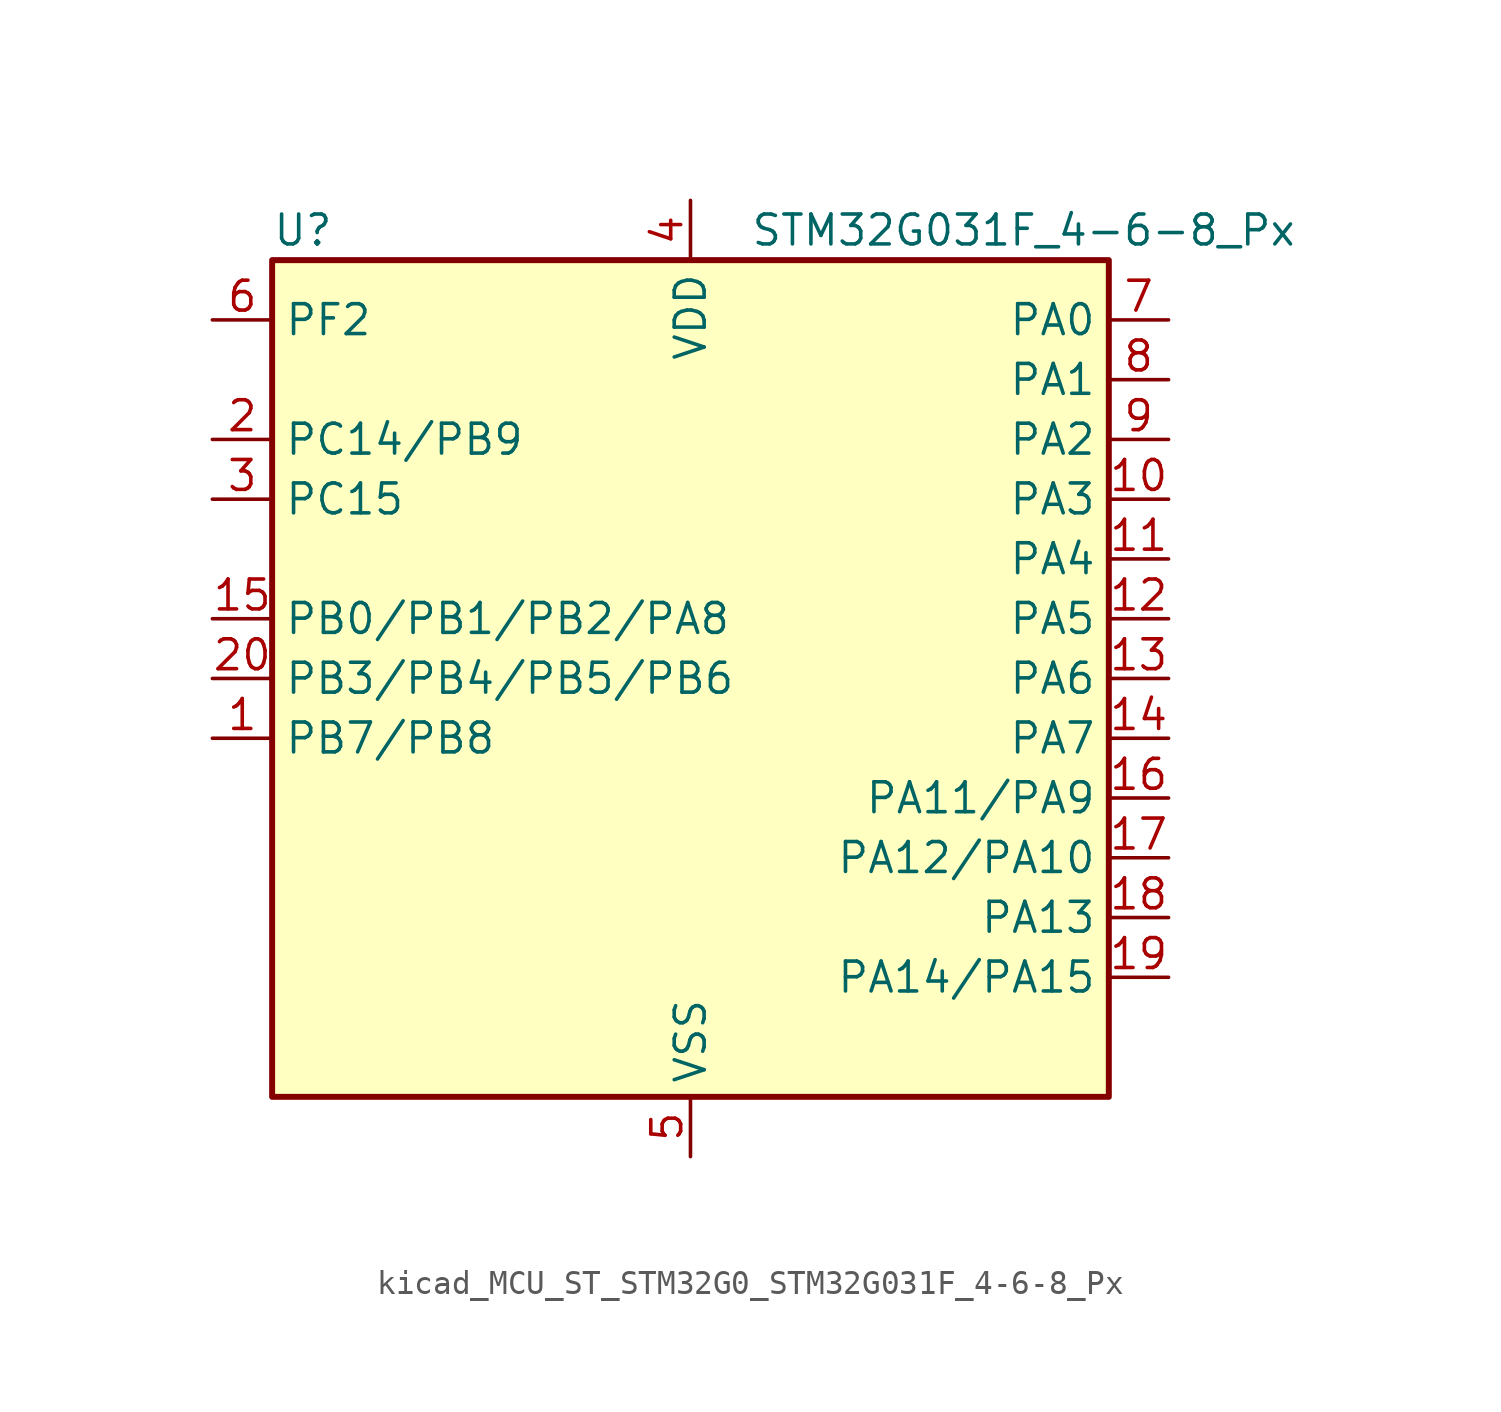
<source format=kicad_sym>
(kicad_symbol_lib
  (version 20220914)
  (generator kicad_symbol_editor)
  (symbol "kicad_MCU_ST_STM32G0_STM32G031F_4-6-8_Px"
    (property "Reference" "U"
      (at -17.78 19.05 0)
      (effects (font (size 1.27 1.27)) (justify left)))
    (property "Value" "STM32G031F_4-6-8_Px"
      (at 2.54 19.05 0)
      (effects (font (size 1.27 1.27)) (justify left)))
    (property "ki_locked" ""
      (at 0 0 0)
      (effects (font (size 1.27 1.27))))
    (symbol "kicad_MCU_ST_STM32G0_STM32G031F_4-6-8_Px_0_1"
      (rectangle (start -17.78 -17.78) (end 17.78 17.78) (stroke (width 0.254) (type default)) (fill (type background))))
    (symbol "kicad_MCU_ST_STM32G0_STM32G031F_4-6-8_Px_1_1"
      (pin bidirectional line (at -20.32 -2.54 0) (length 2.54) (name "PB7/PB8" (effects (font (size 1.27 1.27)))) (number "1" (effects (font (size 1.27 1.27)))) (alternate "ADC1_IN11" bidirectional line) (alternate "I2C1_SDA" bidirectional line) (alternate "LPTIM1_IN2" bidirectional line) (alternate "SPI2_MOSI" bidirectional line) (alternate "SYS_PVD_IN" bidirectional line) (alternate "TIM17_CH1N" bidirectional line) (alternate "USART1_RX" bidirectional line))
      (pin bidirectional line (at 20.32 7.62 180) (length 2.54) (name "PA3" (effects (font (size 1.27 1.27)))) (number "10" (effects (font (size 1.27 1.27)))) (alternate "ADC1_IN3" bidirectional line) (alternate "LPUART1_RX" bidirectional line) (alternate "SPI2_MISO" bidirectional line) (alternate "TIM2_CH4" bidirectional line) (alternate "USART2_RX" bidirectional line))
      (pin bidirectional line (at 20.32 5.08 180) (length 2.54) (name "PA4" (effects (font (size 1.27 1.27)))) (number "11" (effects (font (size 1.27 1.27)))) (alternate "ADC1_IN4" bidirectional line) (alternate "I2S1_WS" bidirectional line) (alternate "LPTIM2_OUT" bidirectional line) (alternate "RTC_OUT_ALARM" bidirectional line) (alternate "RTC_OUT_CALIB" bidirectional line) (alternate "RTC_TAMP_IN1" bidirectional line) (alternate "RTC_TS" bidirectional line) (alternate "SPI1_NSS" bidirectional line) (alternate "SPI2_MOSI" bidirectional line) (alternate "SYS_WKUP2" bidirectional line) (alternate "TIM14_CH1" bidirectional line))
      (pin bidirectional line (at 20.32 2.54 180) (length 2.54) (name "PA5" (effects (font (size 1.27 1.27)))) (number "12" (effects (font (size 1.27 1.27)))) (alternate "ADC1_IN5" bidirectional line) (alternate "I2S1_CK" bidirectional line) (alternate "LPTIM2_ETR" bidirectional line) (alternate "SPI1_SCK" bidirectional line) (alternate "TIM2_CH1" bidirectional line) (alternate "TIM2_ETR" bidirectional line))
      (pin bidirectional line (at 20.32 0 180) (length 2.54) (name "PA6" (effects (font (size 1.27 1.27)))) (number "13" (effects (font (size 1.27 1.27)))) (alternate "ADC1_IN6" bidirectional line) (alternate "I2S1_MCK" bidirectional line) (alternate "LPUART1_CTS" bidirectional line) (alternate "SPI1_MISO" bidirectional line) (alternate "TIM16_CH1" bidirectional line) (alternate "TIM1_BK" bidirectional line) (alternate "TIM3_CH1" bidirectional line))
      (pin bidirectional line (at 20.32 -2.54 180) (length 2.54) (name "PA7" (effects (font (size 1.27 1.27)))) (number "14" (effects (font (size 1.27 1.27)))) (alternate "ADC1_IN7" bidirectional line) (alternate "I2S1_SD" bidirectional line) (alternate "SPI1_MOSI" bidirectional line) (alternate "TIM14_CH1" bidirectional line) (alternate "TIM17_CH1" bidirectional line) (alternate "TIM1_CH1N" bidirectional line) (alternate "TIM3_CH2" bidirectional line))
      (pin bidirectional line (at -20.32 2.54 0) (length 2.54) (name "PB0/PB1/PB2/PA8" (effects (font (size 1.27 1.27)))) (number "15" (effects (font (size 1.27 1.27)))) (alternate "ADC1_IN8" bidirectional line) (alternate "I2S1_WS" bidirectional line) (alternate "LPTIM1_OUT" bidirectional line) (alternate "SPI1_NSS" bidirectional line) (alternate "TIM1_CH2N" bidirectional line) (alternate "TIM3_CH3" bidirectional line))
      (pin bidirectional line (at 20.32 -5.08 180) (length 2.54) (name "PA11/PA9" (effects (font (size 1.27 1.27)))) (number "16" (effects (font (size 1.27 1.27)))) (alternate "ADC1_EXTI11" bidirectional line) (alternate "ADC1_IN15" bidirectional line) (alternate "I2C2_SCL" bidirectional line) (alternate "I2S1_MCK" bidirectional line) (alternate "SPI1_MISO" bidirectional line) (alternate "TIM1_BK2" bidirectional line) (alternate "TIM1_CH4" bidirectional line) (alternate "USART1_CTS" bidirectional line) (alternate "USART1_NSS" bidirectional line))
      (pin bidirectional line (at 20.32 -7.62 180) (length 2.54) (name "PA12/PA10" (effects (font (size 1.27 1.27)))) (number "17" (effects (font (size 1.27 1.27)))) (alternate "ADC1_IN16" bidirectional line) (alternate "I2C2_SDA" bidirectional line) (alternate "I2S1_SD" bidirectional line) (alternate "I2S_CKIN" bidirectional line) (alternate "SPI1_MOSI" bidirectional line) (alternate "TIM1_ETR" bidirectional line) (alternate "USART1_CK" bidirectional line) (alternate "USART1_DE" bidirectional line) (alternate "USART1_RTS" bidirectional line))
      (pin bidirectional line (at 20.32 -10.16 180) (length 2.54) (name "PA13" (effects (font (size 1.27 1.27)))) (number "18" (effects (font (size 1.27 1.27)))) (alternate "ADC1_IN17" bidirectional line) (alternate "IR_OUT" bidirectional line) (alternate "SYS_SWDIO" bidirectional line))
      (pin bidirectional line (at 20.32 -12.7 180) (length 2.54) (name "PA14/PA15" (effects (font (size 1.27 1.27)))) (number "19" (effects (font (size 1.27 1.27)))) (alternate "ADC1_IN18" bidirectional line) (alternate "SYS_SWCLK" bidirectional line) (alternate "USART2_TX" bidirectional line))
      (pin bidirectional line (at -20.32 10.16 0) (length 2.54) (name "PC14/PB9" (effects (font (size 1.27 1.27)))) (number "2" (effects (font (size 1.27 1.27)))) (alternate "RCC_OSC32_IN" bidirectional line) (alternate "RCC_OSC_IN" bidirectional line) (alternate "TIM1_BK2" bidirectional line))
      (pin bidirectional line (at -20.32 0 0) (length 2.54) (name "PB3/PB4/PB5/PB6" (effects (font (size 1.27 1.27)))) (number "20" (effects (font (size 1.27 1.27)))) (alternate "I2S1_CK" bidirectional line) (alternate "SPI1_SCK" bidirectional line) (alternate "TIM1_CH2" bidirectional line) (alternate "TIM2_CH2" bidirectional line) (alternate "USART1_CK" bidirectional line) (alternate "USART1_DE" bidirectional line) (alternate "USART1_RTS" bidirectional line))
      (pin bidirectional line (at -20.32 7.62 0) (length 2.54) (name "PC15" (effects (font (size 1.27 1.27)))) (number "3" (effects (font (size 1.27 1.27)))) (alternate "RCC_OSC32_EN" bidirectional line) (alternate "RCC_OSC32_OUT" bidirectional line) (alternate "RCC_OSC_EN" bidirectional line))
      (pin power_in line (at 0 20.32 270) (length 2.54) (name "VDD" (effects (font (size 1.27 1.27)))) (number "4" (effects (font (size 1.27 1.27)))))
      (pin power_in line (at 0 -20.32 90) (length 2.54) (name "VSS" (effects (font (size 1.27 1.27)))) (number "5" (effects (font (size 1.27 1.27)))))
      (pin bidirectional line (at -20.32 15.24 0) (length 2.54) (name "PF2" (effects (font (size 1.27 1.27)))) (number "6" (effects (font (size 1.27 1.27)))) (alternate "RCC_MCO" bidirectional line))
      (pin bidirectional line (at 20.32 15.24 180) (length 2.54) (name "PA0" (effects (font (size 1.27 1.27)))) (number "7" (effects (font (size 1.27 1.27)))) (alternate "ADC1_IN0" bidirectional line) (alternate "LPTIM1_OUT" bidirectional line) (alternate "RTC_TAMP_IN2" bidirectional line) (alternate "SPI2_SCK" bidirectional line) (alternate "SYS_WKUP1" bidirectional line) (alternate "TIM2_CH1" bidirectional line) (alternate "TIM2_ETR" bidirectional line) (alternate "USART2_CTS" bidirectional line) (alternate "USART2_NSS" bidirectional line))
      (pin bidirectional line (at 20.32 12.7 180) (length 2.54) (name "PA1" (effects (font (size 1.27 1.27)))) (number "8" (effects (font (size 1.27 1.27)))) (alternate "ADC1_IN1" bidirectional line) (alternate "I2C1_SMBA" bidirectional line) (alternate "I2S1_CK" bidirectional line) (alternate "SPI1_SCK" bidirectional line) (alternate "TIM2_CH2" bidirectional line) (alternate "USART2_CK" bidirectional line) (alternate "USART2_DE" bidirectional line) (alternate "USART2_RTS" bidirectional line))
      (pin bidirectional line (at 20.32 10.16 180) (length 2.54) (name "PA2" (effects (font (size 1.27 1.27)))) (number "9" (effects (font (size 1.27 1.27)))) (alternate "ADC1_IN2" bidirectional line) (alternate "I2S1_SD" bidirectional line) (alternate "LPUART1_TX" bidirectional line) (alternate "RCC_LSCO" bidirectional line) (alternate "SPI1_MOSI" bidirectional line) (alternate "SYS_WKUP4" bidirectional line) (alternate "TIM2_CH3" bidirectional line) (alternate "USART2_TX" bidirectional line)))))
</source>
